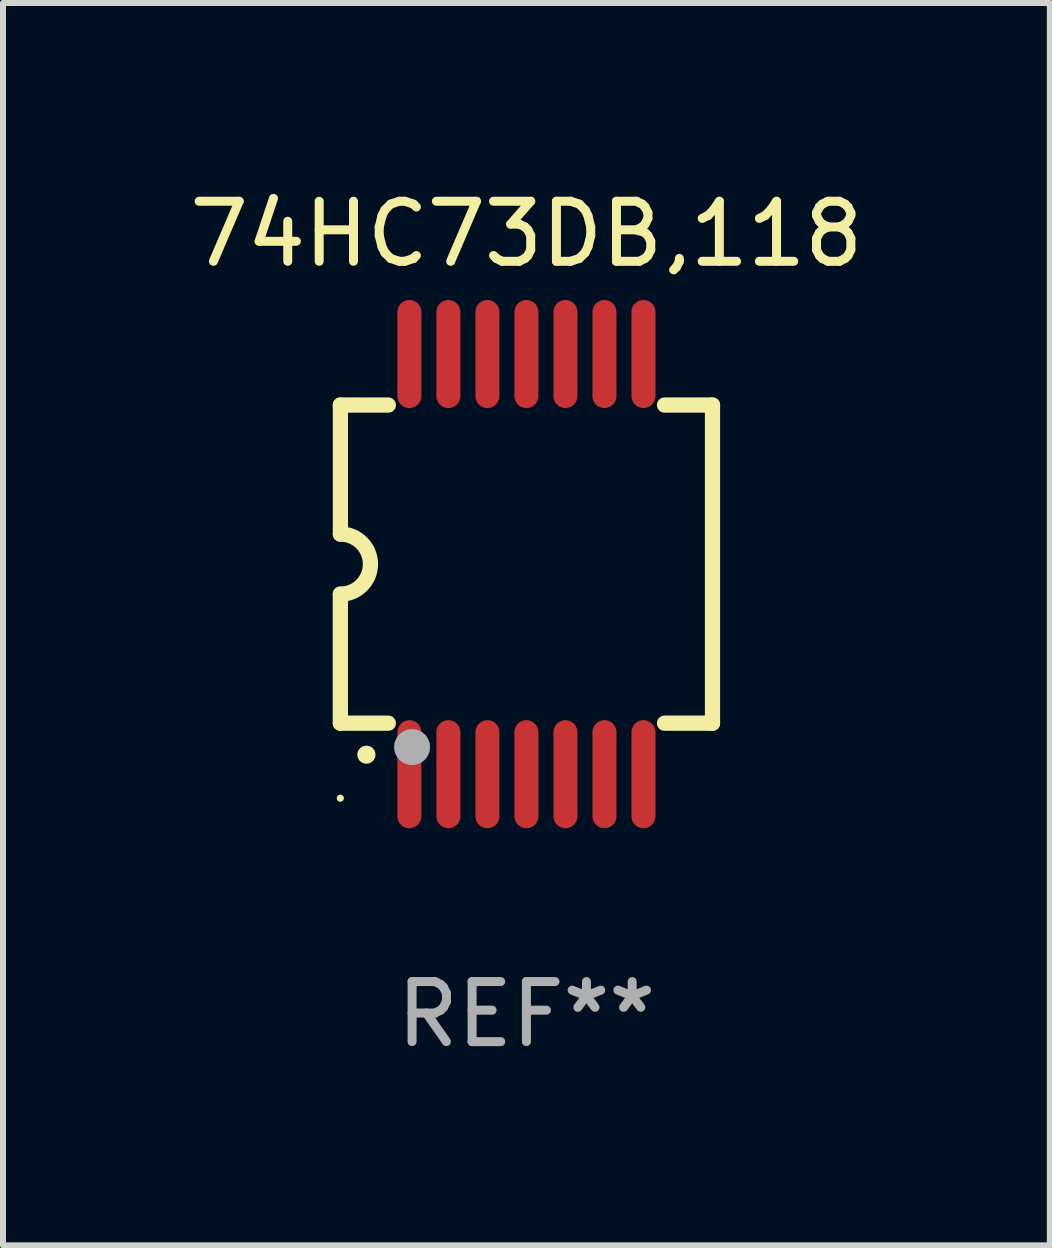
<source format=kicad_pcb>
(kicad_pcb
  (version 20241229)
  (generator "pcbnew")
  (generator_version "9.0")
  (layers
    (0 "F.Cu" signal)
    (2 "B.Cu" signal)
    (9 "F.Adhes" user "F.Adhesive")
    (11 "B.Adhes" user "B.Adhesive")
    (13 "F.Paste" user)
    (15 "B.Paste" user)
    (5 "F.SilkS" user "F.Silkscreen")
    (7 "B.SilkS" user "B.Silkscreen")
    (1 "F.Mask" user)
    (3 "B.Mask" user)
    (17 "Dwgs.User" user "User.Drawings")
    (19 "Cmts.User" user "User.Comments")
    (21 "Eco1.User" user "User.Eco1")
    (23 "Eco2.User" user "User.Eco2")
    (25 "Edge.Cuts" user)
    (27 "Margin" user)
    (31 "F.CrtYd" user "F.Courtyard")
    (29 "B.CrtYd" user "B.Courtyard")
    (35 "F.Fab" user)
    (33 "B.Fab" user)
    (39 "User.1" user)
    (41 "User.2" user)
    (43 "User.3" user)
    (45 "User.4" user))
  (footprint "74HC73DB,118"
    (layer "F.Cu")
    (at 5.72 6.348)
    (property "Reference" "74HC73DB,118" (at 0 -5.5 0) (layer "F.SilkS") (effects (font (size 1 1) (thickness 0.15))))
    (attr through_hole)
    (fp_line (start -3.1 2.65) (end -3.1 0.5) (stroke (width 0.254) (type solid)) (layer "F.SilkS"))
    (fp_line (start -3.099 -2.65) (end -2.301 -2.65) (stroke (width 0.254) (type solid)) (layer "F.SilkS"))
    (fp_line (start -3.099 -0.5) (end -3.099 -2.65) (stroke (width 0.254) (type solid)) (layer "F.SilkS"))
    (fp_line (start -2.301 2.65) (end -3.1 2.65) (stroke (width 0.254) (type solid)) (layer "F.SilkS"))
    (fp_line (start 2.301 -2.65) (end 3.1 -2.65) (stroke (width 0.254) (type solid)) (layer "F.SilkS"))
    (fp_line (start 3.1 -2.65) (end 3.1 2.65) (stroke (width 0.254) (type solid)) (layer "F.SilkS"))
    (fp_line (start 3.1 2.65) (end 2.301 2.65) (stroke (width 0.254) (type solid)) (layer "F.SilkS"))
    (fp_arc (start -3.098806 -0.500381) (mid -2.598806 0) (end -3.098806 0.500381) (stroke (width 0.254001) (type solid)) (layer "F.SilkS"))
    (fp_arc (start -2.667005 3.175006) (mid -2.665735 3.175001) (end -2.664465 3.175006) (stroke (width 0.3) (type solid)) (layer "F.SilkS"))
    (fp_circle (center -3.1 3.9) (end -3.07 3.9) (stroke (width 0.06) (type solid)) (fill no) (layer "F.SilkS"))
    (fp_circle (center -1.905 3.048) (end -1.755 3.048) (stroke (width 0.3) (type solid)) (fill no) (layer "F.Fab"))
    (fp_text user "REF**" (at 0 7.5 0) (layer "F.Fab") (effects (font (size 1 1) (thickness 0.15))))
    (pad "1" smd oval (at -1.95 3.5 270) (size 1.8 0.4) (layers "F.Cu" "F.Mask" "F.Paste"))
    (pad "2" smd oval (at -1.3 3.5 270) (size 1.8 0.4) (layers "F.Cu" "F.Mask" "F.Paste"))
    (pad "3" smd oval (at -0.65 3.5 270) (size 1.8 0.4) (layers "F.Cu" "F.Mask" "F.Paste"))
    (pad "4" smd oval (at 0 3.5 270) (size 1.8 0.4) (layers "F.Cu" "F.Mask" "F.Paste"))
    (pad "5" smd oval (at 0.65 3.5 270) (size 1.8 0.4) (layers "F.Cu" "F.Mask" "F.Paste"))
    (pad "6" smd oval (at 1.3 3.5 270) (size 1.8 0.4) (layers "F.Cu" "F.Mask" "F.Paste"))
    (pad "7" smd oval (at 1.95 3.5 270) (size 1.8 0.4) (layers "F.Cu" "F.Mask" "F.Paste"))
    (pad "8" smd oval (at 1.95 -3.5 90) (size 1.8 0.4) (layers "F.Cu" "F.Mask" "F.Paste"))
    (pad "9" smd oval (at 1.3 -3.5 90) (size 1.8 0.4) (layers "F.Cu" "F.Mask" "F.Paste"))
    (pad "10" smd oval (at 0.65 -3.5 90) (size 1.8 0.4) (layers "F.Cu" "F.Mask" "F.Paste"))
    (pad "11" smd oval (at 0 -3.5 90) (size 1.8 0.4) (layers "F.Cu" "F.Mask" "F.Paste"))
    (pad "12" smd oval (at -0.65 -3.5 90) (size 1.8 0.4) (layers "F.Cu" "F.Mask" "F.Paste"))
    (pad "13" smd oval (at -1.3 -3.5 90) (size 1.8 0.4) (layers "F.Cu" "F.Mask" "F.Paste"))
    (pad "14" smd oval (at -1.95 -3.5 90) (size 1.8 0.4) (layers "F.Cu" "F.Mask" "F.Paste")))
  (gr_rect
    (start -3 -3)
    (end 14.44 17.697)
    (stroke (width 0.1) (type default))
    (fill no)
    (layer "Edge.Cuts")))
</source>
